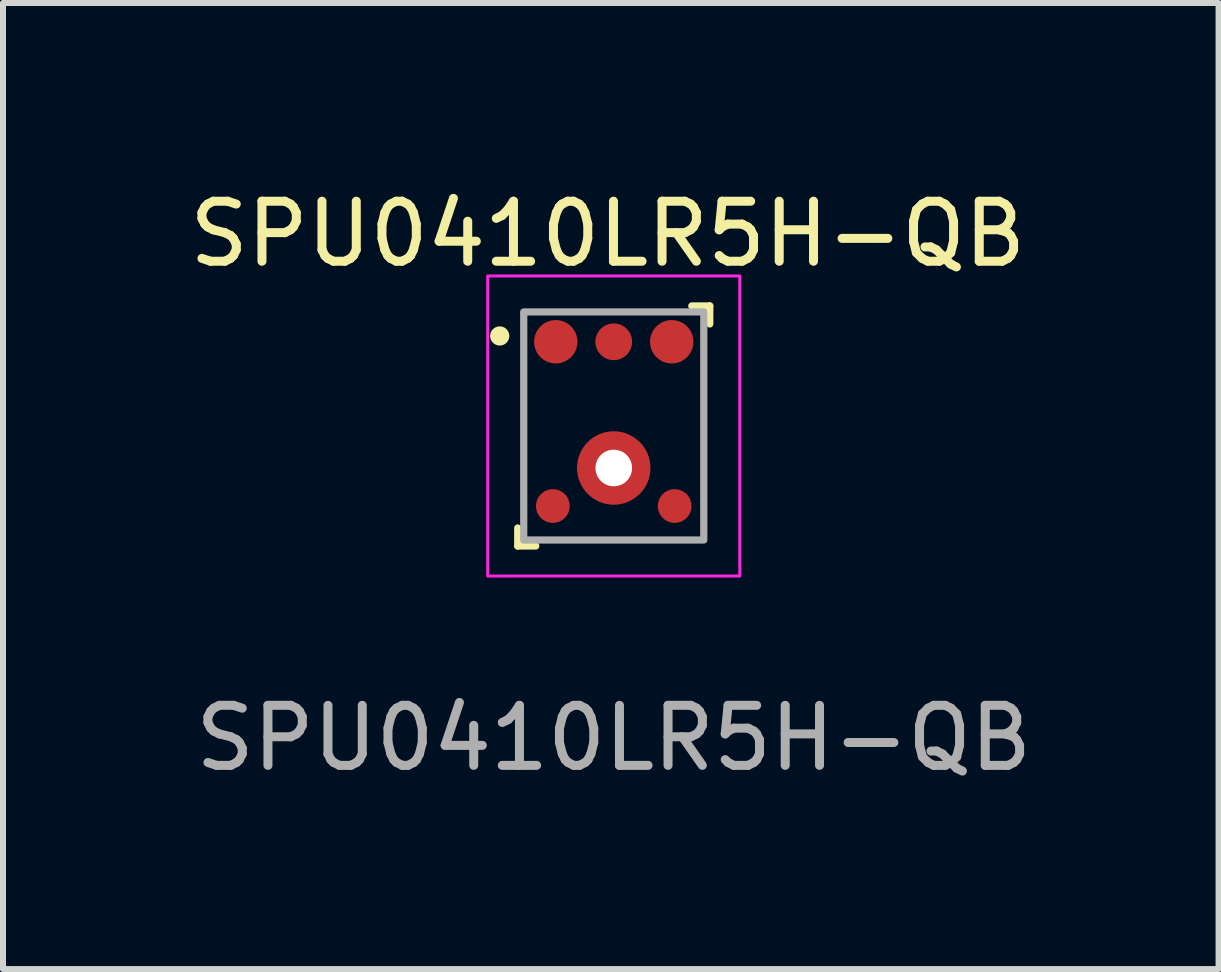
<source format=kicad_pcb>
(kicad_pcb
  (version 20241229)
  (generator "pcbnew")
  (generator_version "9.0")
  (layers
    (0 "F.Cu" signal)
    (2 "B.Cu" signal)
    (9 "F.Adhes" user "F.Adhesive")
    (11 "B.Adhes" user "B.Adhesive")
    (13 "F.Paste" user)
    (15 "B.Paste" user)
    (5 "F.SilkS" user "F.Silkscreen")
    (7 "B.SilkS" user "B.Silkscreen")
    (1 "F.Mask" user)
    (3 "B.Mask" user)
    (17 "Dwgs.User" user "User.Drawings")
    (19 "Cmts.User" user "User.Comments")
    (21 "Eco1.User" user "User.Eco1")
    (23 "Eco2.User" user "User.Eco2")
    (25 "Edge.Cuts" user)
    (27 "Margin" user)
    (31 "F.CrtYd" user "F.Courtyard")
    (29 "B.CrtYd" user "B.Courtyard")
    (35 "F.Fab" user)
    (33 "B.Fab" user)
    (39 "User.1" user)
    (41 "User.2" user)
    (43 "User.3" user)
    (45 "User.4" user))
  (footprint "SPU0410LR5H-QB"
    (layer "F.Cu")
    (at 7.177 4.748)
    (property "Reference" "SPU0410LR5H-QB" (at -0.1 -3.9 0) (unlocked yes) (layer "F.SilkS") (effects (font (size 1 1) (thickness 0.15))))
    (attr smd)
    (fp_line (start -1.6 1) (end -1.6 1.3) (stroke (width 0.12) (type solid)) (layer "F.SilkS"))
    (fp_line (start -1.6 1.3) (end -1.3 1.3) (stroke (width 0.12) (type solid)) (layer "F.SilkS"))
    (fp_line (start 1.3 -2.7) (end 1.6 -2.7) (stroke (width 0.12) (type solid)) (layer "F.SilkS"))
    (fp_line (start 1.6 -2.7) (end 1.6 -2.4) (stroke (width 0.12) (type solid)) (layer "F.SilkS"))
    (fp_circle (center -1.9 -2.2) (end -1.8 -2.2) (stroke (width 0.12) (type solid)) (fill yes) (layer "F.SilkS"))
    (fp_rect (start -2.1 -3.2) (end 2.1 1.8) (stroke (width 0.05) (type solid)) (fill no) (layer "F.CrtYd"))
    (fp_rect (start -1.5 1.2) (end 1.5 -2.6) (stroke (width 0.12) (type solid)) (fill no) (layer "F.Fab"))
    (fp_text user "${REFERENCE}" (at 0 4.5 0) (unlocked yes) (layer "F.Fab") (effects (font (size 1 1) (thickness 0.15))))
    (pad "" np_thru_hole circle (at 0 0) (size 0.61 0.61) (drill 0.61) (layers "*.Cu" "*.Mask"))
    (pad "1" smd circle (at -0.966 -2.103) (size 0.723 0.723) (layers "F.Cu" "F.Mask" "F.Paste"))
    (pad "2" smd circle (at -1.015 0.634) (size 0.562 0.562) (layers "F.Cu" "F.Mask" "F.Paste"))
    (pad "3" smd circle (at 1.015 0.634) (size 0.562 0.562) (layers "F.Cu" "F.Mask" "F.Paste"))
    (pad "4" smd circle (at 0.966 -2.103) (size 0.723 0.723) (layers "F.Cu" "F.Mask" "F.Paste"))
    (pad "5" smd circle (at 0 -2.103) (size 0.612 0.612) (layers "F.Cu" "F.Mask" "F.Paste"))
    (pad "6" smd circle (at 0 0) (size 1.224 1.224) (layers "F.Cu" "F.Mask" "F.Paste")))
  (gr_rect
    (start -3 -3)
    (end 17.255 13.097)
    (stroke (width 0.1) (type default))
    (fill no)
    (layer "Edge.Cuts")))
</source>
